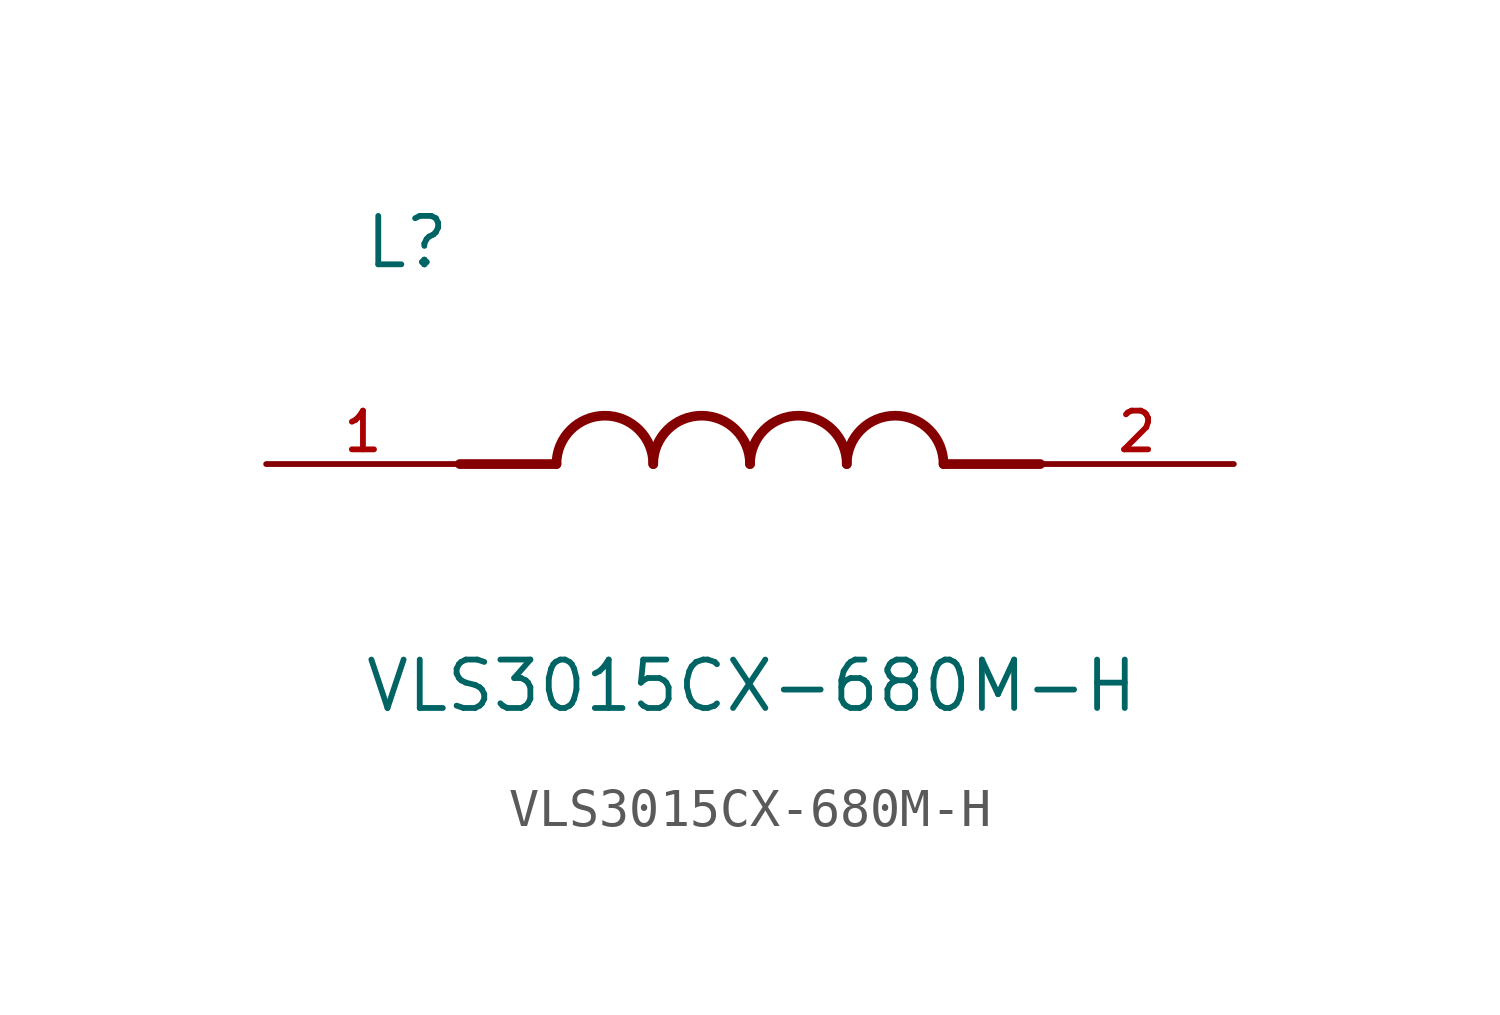
<source format=kicad_sym>
(kicad_symbol_lib
  (version 20211014)
  (generator kicad_symbol_editor)
  (symbol "VLS3015CX-680M-H"
    (pin_names
      (offset 1.016))
    (property "Reference" "L"
      (at -10.16 5.08 0)
      (effects (font (size 1.27 1.27)) (justify bottom left)))
    (property "Value" "VLS3015CX-680M-H"
      (at -10.16 -5.08 0)
      (effects (font (size 1.27 1.27)) (justify top left)))
    (symbol "VLS3015CX-680M-H_0_0"
      (polyline (pts (xy -5.08 0.0) (xy -7.62 0.0)) (stroke (width 0.254)))
      (polyline (pts (xy 5.08 0.0) (xy 7.62 0.0)) (stroke (width 0.254)))
      (arc (start -2.54 0.0) (mid -3.81 1.27) (end -5.08 0.0) (stroke (width 0.254) (type default) (color 0 0 0 0)) (fill (type none)))
      (arc (start 0.0 0.0) (mid -1.27 1.27) (end -2.54 0.0) (stroke (width 0.254) (type default) (color 0 0 0 0)) (fill (type none)))
      (arc (start 2.54 0.0) (mid 1.27 1.27) (end 0.0 0.0) (stroke (width 0.254) (type default) (color 0 0 0 0)) (fill (type none)))
      (arc (start 5.08 0.0) (mid 3.81 1.27) (end 2.54 0.0) (stroke (width 0.254) (type default) (color 0 0 0 0)) (fill (type none)))
      (pin passive line (at -12.7 0.0 0) (length 5.08) (name "~" (effects (font (size 1.016 1.016)))) (number "1" (effects (font (size 1.016 1.016)))))
      (pin passive line (at 12.7 0.0 180.0) (length 5.08) (name "~" (effects (font (size 1.016 1.016)))) (number "2" (effects (font (size 1.016 1.016))))))))
</source>
